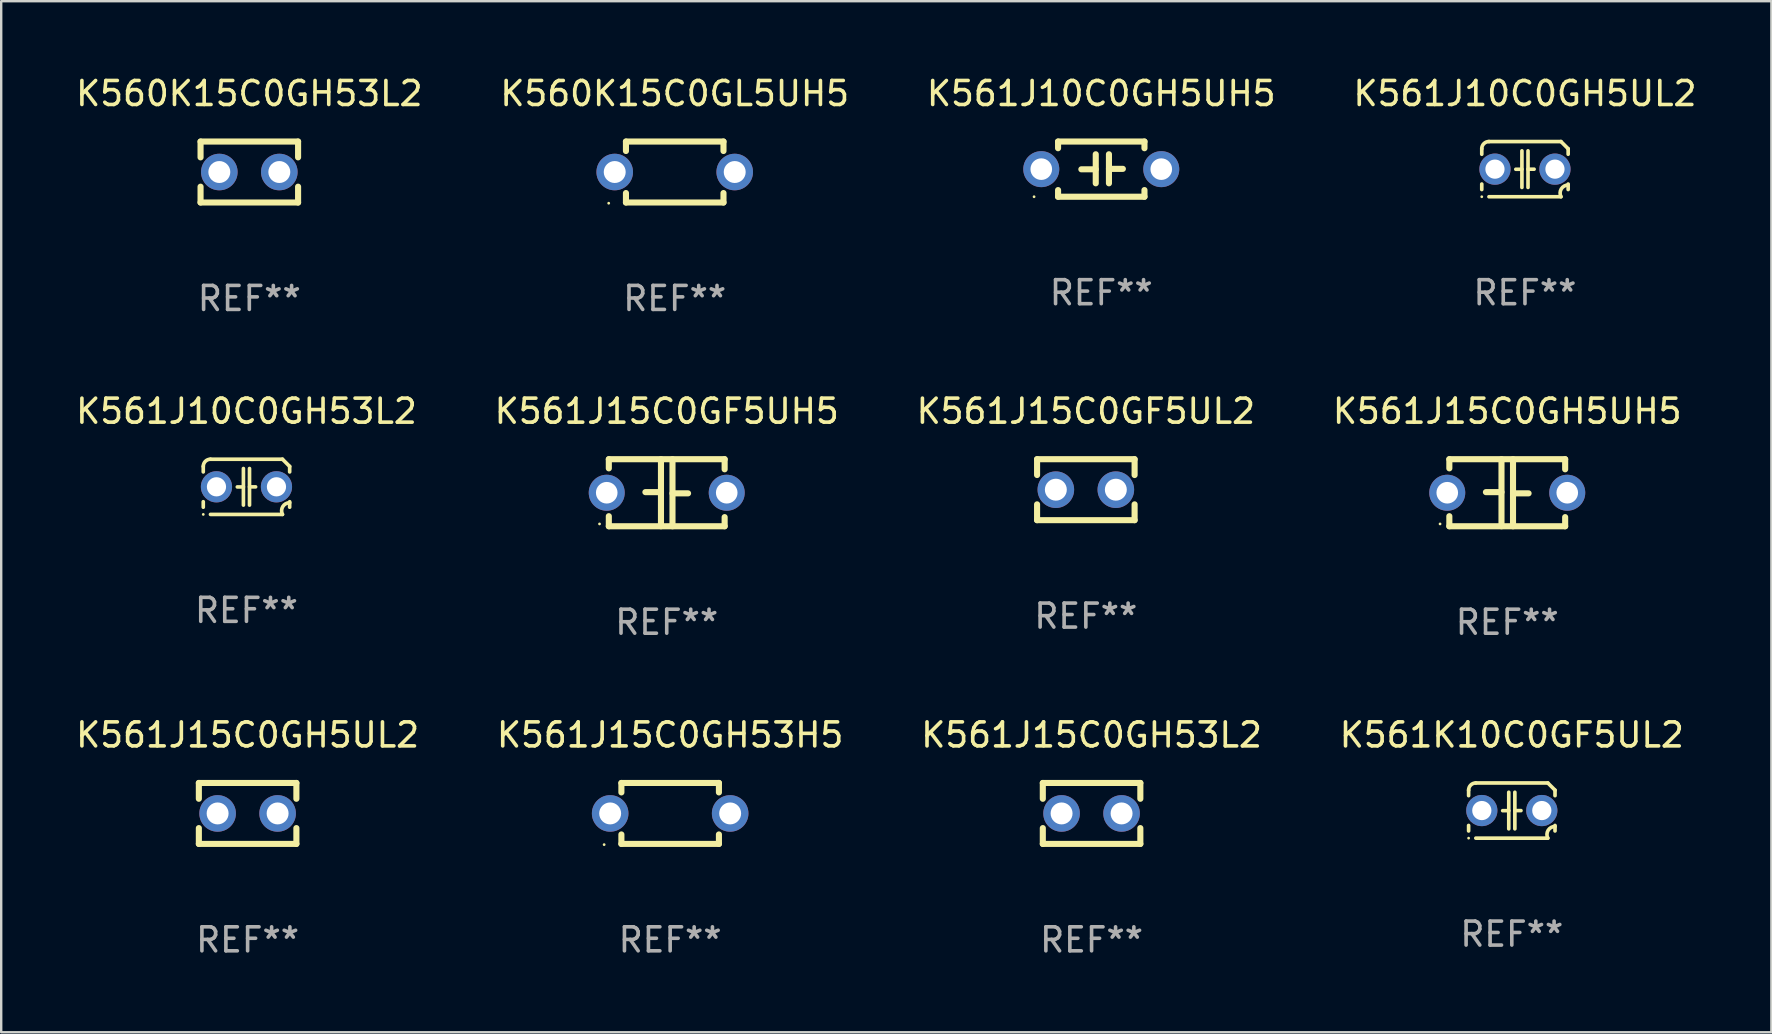
<source format=kicad_pcb>
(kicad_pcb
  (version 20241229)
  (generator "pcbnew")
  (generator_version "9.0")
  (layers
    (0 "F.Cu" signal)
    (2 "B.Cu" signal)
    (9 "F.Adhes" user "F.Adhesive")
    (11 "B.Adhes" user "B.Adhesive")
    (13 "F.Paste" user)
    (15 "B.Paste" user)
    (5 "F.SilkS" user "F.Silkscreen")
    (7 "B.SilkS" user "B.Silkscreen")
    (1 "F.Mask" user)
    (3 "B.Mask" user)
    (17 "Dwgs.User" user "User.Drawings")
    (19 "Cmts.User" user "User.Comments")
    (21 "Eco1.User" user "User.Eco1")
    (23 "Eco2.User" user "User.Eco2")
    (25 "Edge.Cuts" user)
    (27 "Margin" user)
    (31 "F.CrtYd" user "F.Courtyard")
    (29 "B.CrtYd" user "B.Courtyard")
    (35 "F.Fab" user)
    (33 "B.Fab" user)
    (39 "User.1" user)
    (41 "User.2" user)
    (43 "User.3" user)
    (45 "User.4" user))
  (footprint "K561J15C0GH5UL2"
    (layer "F.Cu")
    (at 7.268 30.845)
    (property "Reference" "K561J15C0GH5UL2" (at 0 -3.27 0) (layer "F.SilkS") (effects (font (size 1 1) (thickness 0.15))))
    (attr through_hole)
    (fp_line (start -2.032 -1.27) (end -2.032 -0.611) (stroke (width 0.254) (type solid)) (layer "F.SilkS"))
    (fp_line (start -2.032 0.611) (end -2.032 1.27) (stroke (width 0.254) (type solid)) (layer "F.SilkS"))
    (fp_line (start -2.032 1.27) (end 2.032 1.27) (stroke (width 0.254) (type solid)) (layer "F.SilkS"))
    (fp_line (start 2.032 -1.27) (end -2.032 -1.27) (stroke (width 0.254) (type solid)) (layer "F.SilkS"))
    (fp_line (start 2.032 -0.611) (end 2.032 -1.27) (stroke (width 0.254) (type solid)) (layer "F.SilkS"))
    (fp_line (start 2.032 1.27) (end 2.032 0.611) (stroke (width 0.254) (type solid)) (layer "F.SilkS"))
    (fp_circle (center -2 1.3) (end -1.97 1.3) (stroke (width 0.06) (type solid)) (fill no) (layer "F.SilkS"))
    (fp_text user "REF**" (at 0 5.27 0) (layer "F.Fab") (effects (font (size 1 1) (thickness 0.15))))
    (pad "1" thru_hole circle (at -1.25 0) (size 1.524 1.524) (drill 0.914) (layers "*.Cu" "*.Mask"))
    (pad "2" thru_hole circle (at 1.25 0) (size 1.524 1.524) (drill 0.914) (layers "*.Cu" "*.Mask")))
  (footprint "K561J10C0GH5UL2"
    (layer "F.Cu")
    (at 60.494 3.998)
    (property "Reference" "K561J10C0GH5UL2" (at 0 -3.15 0) (layer "F.SilkS") (effects (font (size 1 1) (thickness 0.15))))
    (attr through_hole)
    (fp_line (start -1.8 -0.621) (end -1.8 -0.85) (stroke (width 0.152) (type solid)) (layer "F.SilkS"))
    (fp_line (start -1.8 0.85) (end -1.8 0.621) (stroke (width 0.152) (type solid)) (layer "F.SilkS"))
    (fp_line (start -1.5 -1.15) (end 1.5 -1.15) (stroke (width 0.152) (type solid)) (layer "F.SilkS"))
    (fp_line (start -0.127 -0.762) (end -0.127 0.762) (stroke (width 0.152) (type solid)) (layer "F.SilkS"))
    (fp_line (start -0.127 0.005) (end -0.381 0.005) (stroke (width 0.152) (type solid)) (layer "F.SilkS"))
    (fp_line (start 0.127 -0.762) (end 0.127 0.762) (stroke (width 0.152) (type solid)) (layer "F.SilkS"))
    (fp_line (start 0.127 0.002) (end 0.381 0.002) (stroke (width 0.152) (type solid)) (layer "F.SilkS"))
    (fp_line (start 1.5 1.15) (end -1.5 1.15) (stroke (width 0.152) (type solid)) (layer "F.SilkS"))
    (fp_line (start 1.8 -0.85) (end 1.8 -0.621) (stroke (width 0.152) (type solid)) (layer "F.SilkS"))
    (fp_line (start 1.8 0.621) (end 1.8 0.85) (stroke (width 0.152) (type solid)) (layer "F.SilkS"))
    (fp_arc (start -1.799975 -0.849987) (mid -1.712107 -1.062119) (end -1.499975 -1.149987) (stroke (width 0.151994) (type solid)) (layer "F.SilkS"))
    (fp_arc (start 1.499975 1.149987) (mid 1.513726 0.822359) (end 1.799975 0.662387) (stroke (width 0.151994) (type solid)) (layer "F.SilkS"))
    (fp_arc (start 1.500001 -1.149986) (mid 1.650015 -1.000001) (end 1.8 -0.849987) (stroke (width 0.151994) (type solid)) (layer "F.SilkS"))
    (fp_circle (center -1.8 1.15) (end -1.77 1.15) (stroke (width 0.06) (type solid)) (fill no) (layer "F.SilkS"))
    (fp_text user "REF**" (at 0 5.15 0) (layer "F.Fab") (effects (font (size 1 1) (thickness 0.15))))
    (pad "1" thru_hole circle (at -1.25 0) (size 1.3 1.3) (drill 0.8) (layers "*.Cu" "*.Mask"))
    (pad "2" thru_hole circle (at 1.25 0) (size 1.3 1.3) (drill 0.8) (layers "*.Cu" "*.Mask")))
  (footprint "K560K15C0GL5UH5"
    (layer "F.Cu")
    (at 25.065 4.118)
    (property "Reference" "K560K15C0GL5UH5" (at 0 -3.27 0) (layer "F.SilkS") (effects (font (size 1 1) (thickness 0.15))))
    (attr through_hole)
    (fp_line (start -2.032 -1.27) (end -2.032 -0.876) (stroke (width 0.254) (type solid)) (layer "F.SilkS"))
    (fp_line (start -2.032 0.876) (end -2.032 1.27) (stroke (width 0.254) (type solid)) (layer "F.SilkS"))
    (fp_line (start -2.032 1.27) (end 2.032 1.27) (stroke (width 0.254) (type solid)) (layer "F.SilkS"))
    (fp_line (start 2.032 -1.27) (end -2.032 -1.27) (stroke (width 0.254) (type solid)) (layer "F.SilkS"))
    (fp_line (start 2.032 -0.876) (end 2.032 -1.27) (stroke (width 0.254) (type solid)) (layer "F.SilkS"))
    (fp_line (start 2.032 1.27) (end 2.032 0.876) (stroke (width 0.254) (type solid)) (layer "F.SilkS"))
    (fp_circle (center -2.751 1.3) (end -2.721 1.3) (stroke (width 0.06) (type solid)) (fill no) (layer "F.SilkS"))
    (fp_text user "REF**" (at 0 5.27 0) (layer "F.Fab") (effects (font (size 1 1) (thickness 0.15))))
    (pad "1" thru_hole circle (at -2.5 0) (size 1.524 1.524) (drill 0.914) (layers "*.Cu" "*.Mask"))
    (pad "2" thru_hole circle (at 2.5 0) (size 1.524 1.524) (drill 0.914) (layers "*.Cu" "*.Mask")))
  (footprint "K561J15C0GH53H5"
    (layer "F.Cu")
    (at 24.875 30.845)
    (property "Reference" "K561J15C0GH53H5" (at 0 -3.27 0) (layer "F.SilkS") (effects (font (size 1 1) (thickness 0.15))))
    (attr through_hole)
    (fp_line (start -2.032 -1.27) (end -2.032 -0.876) (stroke (width 0.254) (type solid)) (layer "F.SilkS"))
    (fp_line (start -2.032 0.876) (end -2.032 1.27) (stroke (width 0.254) (type solid)) (layer "F.SilkS"))
    (fp_line (start -2.032 1.27) (end 2.032 1.27) (stroke (width 0.254) (type solid)) (layer "F.SilkS"))
    (fp_line (start 2.032 -1.27) (end -2.032 -1.27) (stroke (width 0.254) (type solid)) (layer "F.SilkS"))
    (fp_line (start 2.032 -0.876) (end 2.032 -1.27) (stroke (width 0.254) (type solid)) (layer "F.SilkS"))
    (fp_line (start 2.032 1.27) (end 2.032 0.876) (stroke (width 0.254) (type solid)) (layer "F.SilkS"))
    (fp_circle (center -2.751 1.3) (end -2.721 1.3) (stroke (width 0.06) (type solid)) (fill no) (layer "F.SilkS"))
    (fp_text user "REF**" (at 0 5.27 0) (layer "F.Fab") (effects (font (size 1 1) (thickness 0.15))))
    (pad "1" thru_hole circle (at -2.5 0) (size 1.524 1.524) (drill 0.914) (layers "*.Cu" "*.Mask"))
    (pad "2" thru_hole circle (at 2.5 0) (size 1.524 1.524) (drill 0.914) (layers "*.Cu" "*.Mask")))
  (footprint "K561J15C0GF5UL2"
    (layer "F.Cu")
    (at 42.196 17.355)
    (property "Reference" "K561J15C0GF5UL2" (at 0 -3.27 0) (layer "F.SilkS") (effects (font (size 1 1) (thickness 0.15))))
    (attr through_hole)
    (fp_line (start -2.032 -1.27) (end -2.032 -0.611) (stroke (width 0.254) (type solid)) (layer "F.SilkS"))
    (fp_line (start -2.032 0.611) (end -2.032 1.27) (stroke (width 0.254) (type solid)) (layer "F.SilkS"))
    (fp_line (start -2.032 1.27) (end 2.032 1.27) (stroke (width 0.254) (type solid)) (layer "F.SilkS"))
    (fp_line (start 2.032 -1.27) (end -2.032 -1.27) (stroke (width 0.254) (type solid)) (layer "F.SilkS"))
    (fp_line (start 2.032 -0.611) (end 2.032 -1.27) (stroke (width 0.254) (type solid)) (layer "F.SilkS"))
    (fp_line (start 2.032 1.27) (end 2.032 0.611) (stroke (width 0.254) (type solid)) (layer "F.SilkS"))
    (fp_circle (center -2 1.3) (end -1.97 1.3) (stroke (width 0.06) (type solid)) (fill no) (layer "F.SilkS"))
    (fp_text user "REF**" (at 0 5.27 0) (layer "F.Fab") (effects (font (size 1 1) (thickness 0.15))))
    (pad "1" thru_hole circle (at -1.25 0) (size 1.524 1.524) (drill 0.914) (layers "*.Cu" "*.Mask"))
    (pad "2" thru_hole circle (at 1.25 0) (size 1.524 1.524) (drill 0.914) (layers "*.Cu" "*.Mask")))
  (footprint "K561J10C0GH53L2"
    (layer "F.Cu")
    (at 7.22 17.235)
    (property "Reference" "K561J10C0GH53L2" (at 0 -3.15 0) (layer "F.SilkS") (effects (font (size 1 1) (thickness 0.15))))
    (attr through_hole)
    (fp_line (start -1.8 -0.621) (end -1.8 -0.85) (stroke (width 0.152) (type solid)) (layer "F.SilkS"))
    (fp_line (start -1.8 0.85) (end -1.8 0.621) (stroke (width 0.152) (type solid)) (layer "F.SilkS"))
    (fp_line (start -1.5 -1.15) (end 1.5 -1.15) (stroke (width 0.152) (type solid)) (layer "F.SilkS"))
    (fp_line (start -0.127 -0.762) (end -0.127 0.762) (stroke (width 0.152) (type solid)) (layer "F.SilkS"))
    (fp_line (start -0.127 0.005) (end -0.381 0.005) (stroke (width 0.152) (type solid)) (layer "F.SilkS"))
    (fp_line (start 0.127 -0.762) (end 0.127 0.762) (stroke (width 0.152) (type solid)) (layer "F.SilkS"))
    (fp_line (start 0.127 0.002) (end 0.381 0.002) (stroke (width 0.152) (type solid)) (layer "F.SilkS"))
    (fp_line (start 1.5 1.15) (end -1.5 1.15) (stroke (width 0.152) (type solid)) (layer "F.SilkS"))
    (fp_line (start 1.8 -0.85) (end 1.8 -0.621) (stroke (width 0.152) (type solid)) (layer "F.SilkS"))
    (fp_line (start 1.8 0.621) (end 1.8 0.85) (stroke (width 0.152) (type solid)) (layer "F.SilkS"))
    (fp_arc (start -1.799975 -0.849987) (mid -1.712107 -1.062119) (end -1.499975 -1.149987) (stroke (width 0.151994) (type solid)) (layer "F.SilkS"))
    (fp_arc (start 1.499975 1.149987) (mid 1.513726 0.822359) (end 1.799975 0.662387) (stroke (width 0.151994) (type solid)) (layer "F.SilkS"))
    (fp_arc (start 1.500001 -1.149986) (mid 1.650015 -1.000001) (end 1.8 -0.849987) (stroke (width 0.151994) (type solid)) (layer "F.SilkS"))
    (fp_circle (center -1.8 1.15) (end -1.77 1.15) (stroke (width 0.06) (type solid)) (fill no) (layer "F.SilkS"))
    (fp_text user "REF**" (at 0 5.15 0) (layer "F.Fab") (effects (font (size 1 1) (thickness 0.15))))
    (pad "1" thru_hole circle (at -1.25 0) (size 1.3 1.3) (drill 0.8) (layers "*.Cu" "*.Mask"))
    (pad "2" thru_hole circle (at 1.25 0) (size 1.3 1.3) (drill 0.8) (layers "*.Cu" "*.Mask")))
  (footprint "K561J15C0GF5UH5"
    (layer "F.Cu")
    (at 24.732 17.482)
    (property "Reference" "K561J15C0GF5UH5" (at 0 -3.397 0) (layer "F.SilkS") (effects (font (size 1 1) (thickness 0.15))))
    (attr through_hole)
    (fp_line (start -2.413 -1.397) (end 2.413 -1.397) (stroke (width 0.254) (type solid)) (layer "F.SilkS"))
    (fp_line (start -2.413 -1.016) (end -2.413 -1.397) (stroke (width 0.254) (type solid)) (layer "F.SilkS"))
    (fp_line (start -2.413 0.977) (end -2.413 1.397) (stroke (width 0.254) (type solid)) (layer "F.SilkS"))
    (fp_line (start -0.24 -0.025) (end -0.889 -0.025) (stroke (width 0.254) (type solid)) (layer "F.SilkS"))
    (fp_line (start -0.24 1.397) (end -0.24 -1.397) (stroke (width 0.254) (type solid)) (layer "F.SilkS"))
    (fp_line (start 0.24 -1.397) (end 0.24 1.397) (stroke (width 0.254) (type solid)) (layer "F.SilkS"))
    (fp_line (start 0.24 0.025) (end 0.889 0.025) (stroke (width 0.254) (type solid)) (layer "F.SilkS"))
    (fp_line (start 2.413 -0.977) (end 2.413 -1.397) (stroke (width 0.254) (type solid)) (layer "F.SilkS"))
    (fp_line (start 2.413 1.016) (end 2.413 1.397) (stroke (width 0.254) (type solid)) (layer "F.SilkS"))
    (fp_line (start 2.413 1.397) (end -2.413 1.397) (stroke (width 0.254) (type solid)) (layer "F.SilkS"))
    (fp_circle (center -2.8 1.3) (end -2.77 1.3) (stroke (width 0.06) (type solid)) (fill no) (layer "F.SilkS"))
    (fp_text user "REF**" (at 0 5.397 0) (layer "F.Fab") (effects (font (size 1 1) (thickness 0.15))))
    (pad "1" thru_hole circle (at -2.5 0) (size 1.5 1.5) (drill 0.9) (layers "*.Cu" "*.Mask"))
    (pad "2" thru_hole circle (at 2.5 0) (size 1.5 1.5) (drill 0.9) (layers "*.Cu" "*.Mask")))
  (footprint "K560K15C0GH53L2"
    (layer "F.Cu")
    (at 7.339 4.118)
    (property "Reference" "K560K15C0GH53L2" (at 0 -3.27 0) (layer "F.SilkS") (effects (font (size 1 1) (thickness 0.15))))
    (attr through_hole)
    (fp_line (start -2.032 -1.27) (end -2.032 -0.611) (stroke (width 0.254) (type solid)) (layer "F.SilkS"))
    (fp_line (start -2.032 0.611) (end -2.032 1.27) (stroke (width 0.254) (type solid)) (layer "F.SilkS"))
    (fp_line (start -2.032 1.27) (end 2.032 1.27) (stroke (width 0.254) (type solid)) (layer "F.SilkS"))
    (fp_line (start 2.032 -1.27) (end -2.032 -1.27) (stroke (width 0.254) (type solid)) (layer "F.SilkS"))
    (fp_line (start 2.032 -0.611) (end 2.032 -1.27) (stroke (width 0.254) (type solid)) (layer "F.SilkS"))
    (fp_line (start 2.032 1.27) (end 2.032 0.611) (stroke (width 0.254) (type solid)) (layer "F.SilkS"))
    (fp_circle (center -2 1.3) (end -1.97 1.3) (stroke (width 0.06) (type solid)) (fill no) (layer "F.SilkS"))
    (fp_text user "REF**" (at 0 5.27 0) (layer "F.Fab") (effects (font (size 1 1) (thickness 0.15))))
    (pad "1" thru_hole circle (at -1.25 0) (size 1.524 1.524) (drill 0.914) (layers "*.Cu" "*.Mask"))
    (pad "2" thru_hole circle (at 1.25 0) (size 1.524 1.524) (drill 0.914) (layers "*.Cu" "*.Mask")))
  (footprint "K561J15C0GH5UH5"
    (layer "F.Cu")
    (at 59.756 17.482)
    (property "Reference" "K561J15C0GH5UH5" (at 0 -3.397 0) (layer "F.SilkS") (effects (font (size 1 1) (thickness 0.15))))
    (attr through_hole)
    (fp_line (start -2.413 -1.397) (end 2.413 -1.397) (stroke (width 0.254) (type solid)) (layer "F.SilkS"))
    (fp_line (start -2.413 -1.016) (end -2.413 -1.397) (stroke (width 0.254) (type solid)) (layer "F.SilkS"))
    (fp_line (start -2.413 0.977) (end -2.413 1.397) (stroke (width 0.254) (type solid)) (layer "F.SilkS"))
    (fp_line (start -0.24 -0.025) (end -0.889 -0.025) (stroke (width 0.254) (type solid)) (layer "F.SilkS"))
    (fp_line (start -0.24 1.397) (end -0.24 -1.397) (stroke (width 0.254) (type solid)) (layer "F.SilkS"))
    (fp_line (start 0.24 -1.397) (end 0.24 1.397) (stroke (width 0.254) (type solid)) (layer "F.SilkS"))
    (fp_line (start 0.24 0.025) (end 0.889 0.025) (stroke (width 0.254) (type solid)) (layer "F.SilkS"))
    (fp_line (start 2.413 -0.977) (end 2.413 -1.397) (stroke (width 0.254) (type solid)) (layer "F.SilkS"))
    (fp_line (start 2.413 1.016) (end 2.413 1.397) (stroke (width 0.254) (type solid)) (layer "F.SilkS"))
    (fp_line (start 2.413 1.397) (end -2.413 1.397) (stroke (width 0.254) (type solid)) (layer "F.SilkS"))
    (fp_circle (center -2.8 1.3) (end -2.77 1.3) (stroke (width 0.06) (type solid)) (fill no) (layer "F.SilkS"))
    (fp_text user "REF**" (at 0 5.397 0) (layer "F.Fab") (effects (font (size 1 1) (thickness 0.15))))
    (pad "1" thru_hole circle (at -2.5 0) (size 1.5 1.5) (drill 0.9) (layers "*.Cu" "*.Mask"))
    (pad "2" thru_hole circle (at 2.5 0) (size 1.5 1.5) (drill 0.9) (layers "*.Cu" "*.Mask")))
  (footprint "K561J15C0GH53L2"
    (layer "F.Cu")
    (at 42.435 30.845)
    (property "Reference" "K561J15C0GH53L2" (at 0 -3.27 0) (layer "F.SilkS") (effects (font (size 1 1) (thickness 0.15))))
    (attr through_hole)
    (fp_line (start -2.032 -1.27) (end -2.032 -0.611) (stroke (width 0.254) (type solid)) (layer "F.SilkS"))
    (fp_line (start -2.032 0.611) (end -2.032 1.27) (stroke (width 0.254) (type solid)) (layer "F.SilkS"))
    (fp_line (start -2.032 1.27) (end 2.032 1.27) (stroke (width 0.254) (type solid)) (layer "F.SilkS"))
    (fp_line (start 2.032 -1.27) (end -2.032 -1.27) (stroke (width 0.254) (type solid)) (layer "F.SilkS"))
    (fp_line (start 2.032 -0.611) (end 2.032 -1.27) (stroke (width 0.254) (type solid)) (layer "F.SilkS"))
    (fp_line (start 2.032 1.27) (end 2.032 0.611) (stroke (width 0.254) (type solid)) (layer "F.SilkS"))
    (fp_circle (center -2 1.3) (end -1.97 1.3) (stroke (width 0.06) (type solid)) (fill no) (layer "F.SilkS"))
    (fp_text user "REF**" (at 0 5.27 0) (layer "F.Fab") (effects (font (size 1 1) (thickness 0.15))))
    (pad "1" thru_hole circle (at -1.25 0) (size 1.524 1.524) (drill 0.914) (layers "*.Cu" "*.Mask"))
    (pad "2" thru_hole circle (at 1.25 0) (size 1.524 1.524) (drill 0.914) (layers "*.Cu" "*.Mask")))
  (footprint "K561J10C0GH5UH5"
    (layer "F.Cu")
    (at 42.839 3.998)
    (property "Reference" "K561J10C0GH5UH5" (at 0 -3.15 0) (layer "F.SilkS") (effects (font (size 1 1) (thickness 0.15))))
    (attr through_hole)
    (fp_line (start -1.8 -1.15) (end -1.8 -0.872) (stroke (width 0.254) (type solid)) (layer "F.SilkS"))
    (fp_line (start -1.8 -1.15) (end 1.8 -1.15) (stroke (width 0.254) (type solid)) (layer "F.SilkS"))
    (fp_line (start -1.8 0.872) (end -1.8 1.15) (stroke (width 0.254) (type solid)) (layer "F.SilkS"))
    (fp_line (start -1.8 1.15) (end 1.8 1.15) (stroke (width 0.254) (type solid)) (layer "F.SilkS"))
    (fp_line (start -0.23 -0.62) (end -0.23 0.59) (stroke (width 0.254) (type solid)) (layer "F.SilkS"))
    (fp_line (start -0.23 0.007) (end -0.83 0.007) (stroke (width 0.254) (type solid)) (layer "F.SilkS"))
    (fp_line (start 0.32 -0.62) (end 0.32 0.59) (stroke (width 0.254) (type solid)) (layer "F.SilkS"))
    (fp_line (start 0.32 -0.012) (end 0.9 -0.012) (stroke (width 0.254) (type solid)) (layer "F.SilkS"))
    (fp_line (start 1.8 -1.15) (end 1.8 -0.872) (stroke (width 0.254) (type solid)) (layer "F.SilkS"))
    (fp_line (start 1.8 0.872) (end 1.8 1.15) (stroke (width 0.254) (type solid)) (layer "F.SilkS"))
    (fp_circle (center -2.8 1.15) (end -2.77 1.15) (stroke (width 0.06) (type solid)) (fill no) (layer "F.SilkS"))
    (fp_text user "REF**" (at 0 5.15 0) (layer "F.Fab") (effects (font (size 1 1) (thickness 0.15))))
    (pad "1" thru_hole circle (at -2.5 0) (size 1.5 1.5) (drill 0.9) (layers "*.Cu" "*.Mask"))
    (pad "2" thru_hole circle (at 2.5 0) (size 1.5 1.5) (drill 0.9) (layers "*.Cu" "*.Mask")))
  (footprint "K561K10C0GF5UL2"
    (layer "F.Cu")
    (at 59.946 30.725)
    (property "Reference" "K561K10C0GF5UL2" (at 0 -3.15 0) (layer "F.SilkS") (effects (font (size 1 1) (thickness 0.15))))
    (attr through_hole)
    (fp_line (start -1.8 -0.621) (end -1.8 -0.85) (stroke (width 0.152) (type solid)) (layer "F.SilkS"))
    (fp_line (start -1.8 0.85) (end -1.8 0.621) (stroke (width 0.152) (type solid)) (layer "F.SilkS"))
    (fp_line (start -1.5 -1.15) (end 1.5 -1.15) (stroke (width 0.152) (type solid)) (layer "F.SilkS"))
    (fp_line (start -0.127 -0.762) (end -0.127 0.762) (stroke (width 0.152) (type solid)) (layer "F.SilkS"))
    (fp_line (start -0.127 0.005) (end -0.381 0.005) (stroke (width 0.152) (type solid)) (layer "F.SilkS"))
    (fp_line (start 0.127 -0.762) (end 0.127 0.762) (stroke (width 0.152) (type solid)) (layer "F.SilkS"))
    (fp_line (start 0.127 0.002) (end 0.381 0.002) (stroke (width 0.152) (type solid)) (layer "F.SilkS"))
    (fp_line (start 1.5 1.15) (end -1.5 1.15) (stroke (width 0.152) (type solid)) (layer "F.SilkS"))
    (fp_line (start 1.8 -0.85) (end 1.8 -0.621) (stroke (width 0.152) (type solid)) (layer "F.SilkS"))
    (fp_line (start 1.8 0.621) (end 1.8 0.85) (stroke (width 0.152) (type solid)) (layer "F.SilkS"))
    (fp_arc (start -1.799975 -0.849987) (mid -1.712107 -1.062119) (end -1.499975 -1.149987) (stroke (width 0.151994) (type solid)) (layer "F.SilkS"))
    (fp_arc (start 1.499975 1.149987) (mid 1.513726 0.822359) (end 1.799975 0.662387) (stroke (width 0.151994) (type solid)) (layer "F.SilkS"))
    (fp_arc (start 1.500001 -1.149986) (mid 1.650015 -1.000001) (end 1.8 -0.849987) (stroke (width 0.151994) (type solid)) (layer "F.SilkS"))
    (fp_circle (center -1.8 1.15) (end -1.77 1.15) (stroke (width 0.06) (type solid)) (fill no) (layer "F.SilkS"))
    (fp_text user "REF**" (at 0 5.15 0) (layer "F.Fab") (effects (font (size 1 1) (thickness 0.15))))
    (pad "1" thru_hole circle (at -1.25 0) (size 1.3 1.3) (drill 0.8) (layers "*.Cu" "*.Mask"))
    (pad "2" thru_hole circle (at 1.25 0) (size 1.3 1.3) (drill 0.8) (layers "*.Cu" "*.Mask")))
  (gr_rect
    (start -3 -3)
    (end 70.762 39.964)
    (stroke (width 0.1) (type default))
    (fill no)
    (layer "Edge.Cuts")))
</source>
